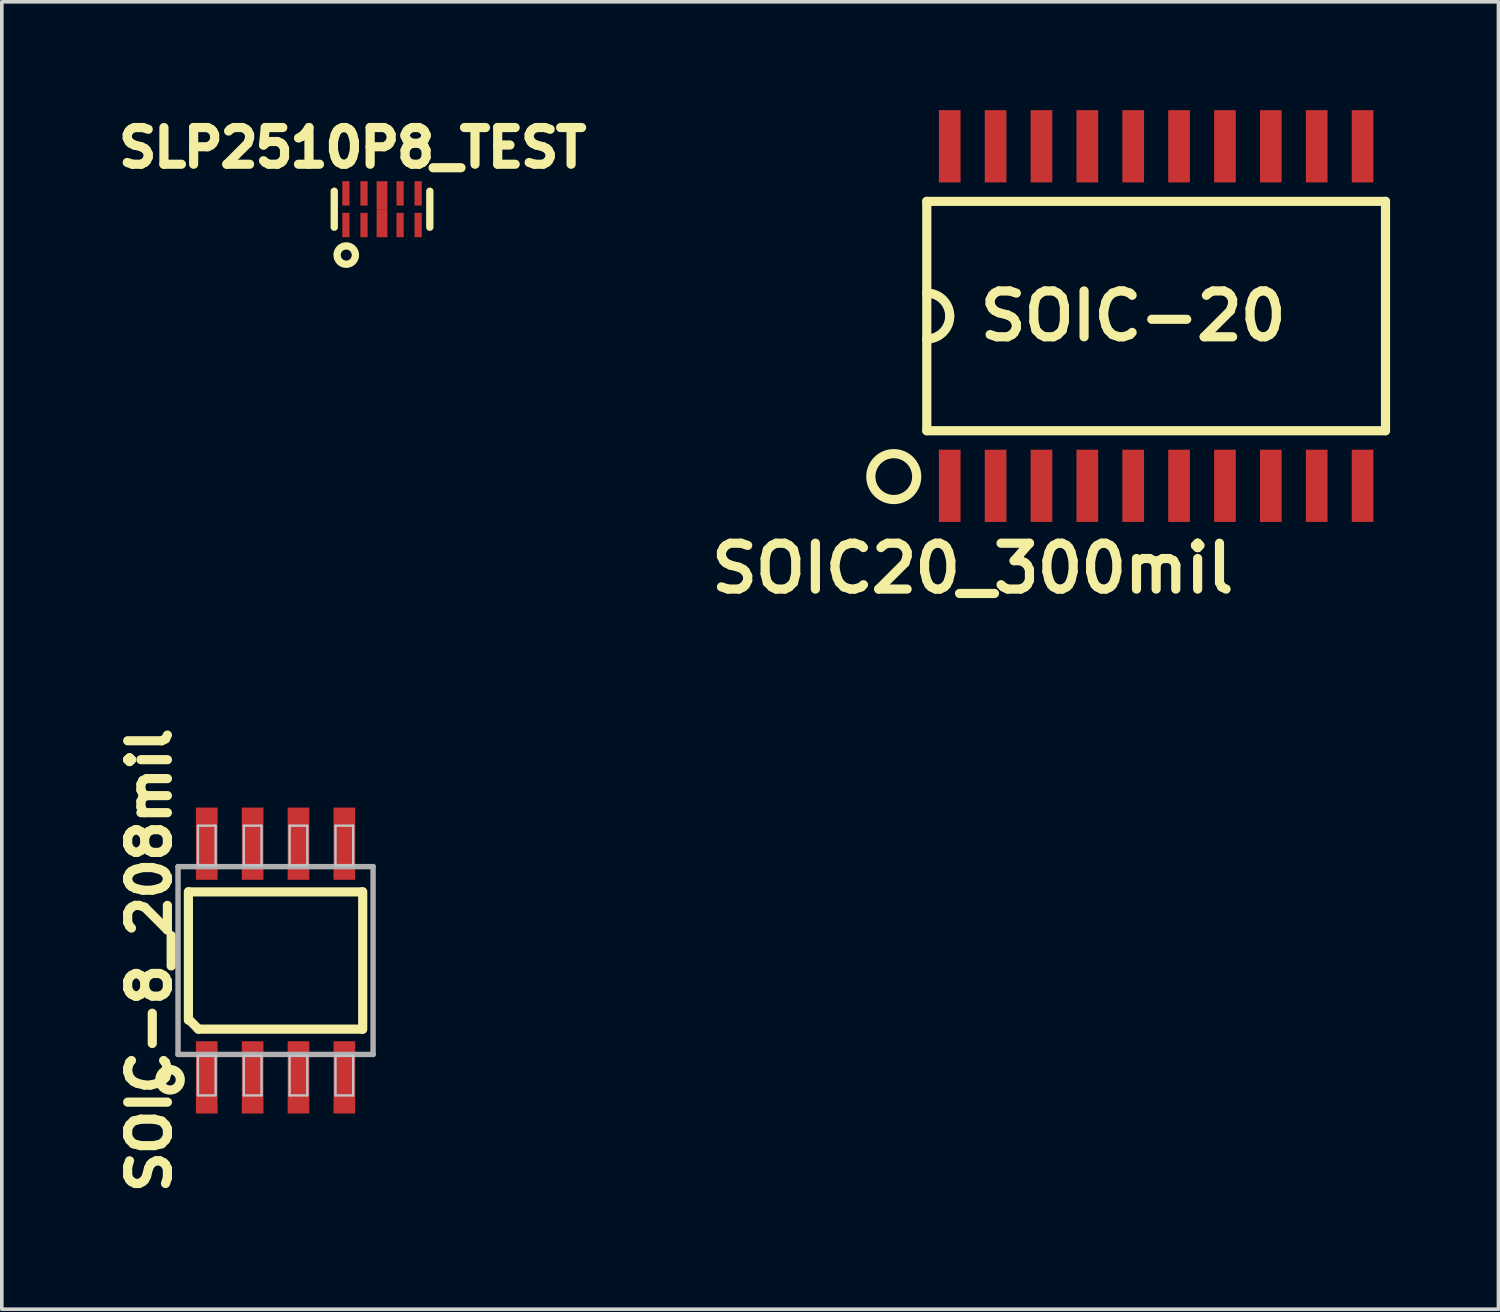
<source format=kicad_pcb>
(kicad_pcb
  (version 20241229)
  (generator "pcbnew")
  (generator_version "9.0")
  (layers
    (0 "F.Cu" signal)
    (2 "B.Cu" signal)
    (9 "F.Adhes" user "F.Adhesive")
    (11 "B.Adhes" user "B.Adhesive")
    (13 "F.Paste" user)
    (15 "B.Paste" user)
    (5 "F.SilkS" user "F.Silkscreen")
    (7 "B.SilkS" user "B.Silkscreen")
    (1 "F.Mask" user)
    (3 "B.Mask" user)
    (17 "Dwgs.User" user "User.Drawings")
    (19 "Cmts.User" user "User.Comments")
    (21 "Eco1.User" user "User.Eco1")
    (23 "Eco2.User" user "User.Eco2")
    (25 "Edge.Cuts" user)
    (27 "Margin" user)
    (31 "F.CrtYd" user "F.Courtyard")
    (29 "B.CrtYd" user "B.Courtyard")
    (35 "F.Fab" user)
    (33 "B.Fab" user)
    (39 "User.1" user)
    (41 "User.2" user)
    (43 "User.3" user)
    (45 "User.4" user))
  (footprint "SOIC-8_208mil"
    (layer "F.Cu")
    (at 4.579 23.543)
    (property "Reference" "SOIC-8_208mil" (at -3.49 -0.008 90) (layer "F.SilkS") (effects (font (size 1.1 1.1) (thickness 0.254))))
    (attr smd)
    (fp_line (start -2.413 -1.905) (end -2.413 1.651) (stroke (width 0.254) (type solid)) (layer "F.SilkS"))
    (fp_line (start -2.398 -1.9) (end 2.398 -1.9) (stroke (width 0.254) (type solid)) (layer "F.SilkS"))
    (fp_line (start -2.134 1.9) (end -2.398 1.633) (stroke (width 0.254) (type solid)) (layer "F.SilkS"))
    (fp_line (start 2.398 1.9) (end -2.134 1.9) (stroke (width 0.254) (type solid)) (layer "F.SilkS"))
    (fp_line (start 2.413 -1.905) (end 2.413 1.905) (stroke (width 0.254) (type solid)) (layer "F.SilkS"))
    (fp_circle (center -2.921 3.302) (end -3.175 3.429) (stroke (width 0.254) (type solid)) (fill no) (layer "F.SilkS"))
    (fp_line (start -2.149 -3.734) (end -1.659 -3.734) (stroke (width 0.066) (type solid)) (layer "Dwgs.User"))
    (fp_line (start -2.149 -2.634) (end -2.149 -3.734) (stroke (width 0.066) (type solid)) (layer "Dwgs.User"))
    (fp_line (start -2.149 -2.634) (end -1.659 -2.634) (stroke (width 0.066) (type solid)) (layer "Dwgs.User"))
    (fp_line (start -2.149 2.634) (end -1.659 2.634) (stroke (width 0.066) (type solid)) (layer "Dwgs.User"))
    (fp_line (start -2.149 3.734) (end -2.149 2.634) (stroke (width 0.066) (type solid)) (layer "Dwgs.User"))
    (fp_line (start -2.149 3.734) (end -1.659 3.734) (stroke (width 0.066) (type solid)) (layer "Dwgs.User"))
    (fp_line (start -1.659 -2.634) (end -1.659 -3.734) (stroke (width 0.066) (type solid)) (layer "Dwgs.User"))
    (fp_line (start -1.659 3.734) (end -1.659 2.634) (stroke (width 0.066) (type solid)) (layer "Dwgs.User"))
    (fp_line (start -0.879 -3.734) (end -0.389 -3.734) (stroke (width 0.066) (type solid)) (layer "Dwgs.User"))
    (fp_line (start -0.879 -2.634) (end -0.879 -3.734) (stroke (width 0.066) (type solid)) (layer "Dwgs.User"))
    (fp_line (start -0.879 -2.634) (end -0.389 -2.634) (stroke (width 0.066) (type solid)) (layer "Dwgs.User"))
    (fp_line (start -0.879 2.634) (end -0.389 2.634) (stroke (width 0.066) (type solid)) (layer "Dwgs.User"))
    (fp_line (start -0.879 3.734) (end -0.879 2.634) (stroke (width 0.066) (type solid)) (layer "Dwgs.User"))
    (fp_line (start -0.879 3.734) (end -0.389 3.734) (stroke (width 0.066) (type solid)) (layer "Dwgs.User"))
    (fp_line (start -0.389 -2.634) (end -0.389 -3.734) (stroke (width 0.066) (type solid)) (layer "Dwgs.User"))
    (fp_line (start -0.389 3.734) (end -0.389 2.634) (stroke (width 0.066) (type solid)) (layer "Dwgs.User"))
    (fp_line (start 0.389 -3.734) (end 0.879 -3.734) (stroke (width 0.066) (type solid)) (layer "Dwgs.User"))
    (fp_line (start 0.389 -2.634) (end 0.389 -3.734) (stroke (width 0.066) (type solid)) (layer "Dwgs.User"))
    (fp_line (start 0.389 -2.634) (end 0.879 -2.634) (stroke (width 0.066) (type solid)) (layer "Dwgs.User"))
    (fp_line (start 0.389 2.634) (end 0.879 2.634) (stroke (width 0.066) (type solid)) (layer "Dwgs.User"))
    (fp_line (start 0.389 3.734) (end 0.389 2.634) (stroke (width 0.066) (type solid)) (layer "Dwgs.User"))
    (fp_line (start 0.389 3.734) (end 0.879 3.734) (stroke (width 0.066) (type solid)) (layer "Dwgs.User"))
    (fp_line (start 0.879 -2.634) (end 0.879 -3.734) (stroke (width 0.066) (type solid)) (layer "Dwgs.User"))
    (fp_line (start 0.879 3.734) (end 0.879 2.634) (stroke (width 0.066) (type solid)) (layer "Dwgs.User"))
    (fp_line (start 1.659 -3.734) (end 2.149 -3.734) (stroke (width 0.066) (type solid)) (layer "Dwgs.User"))
    (fp_line (start 1.659 -2.634) (end 1.659 -3.734) (stroke (width 0.066) (type solid)) (layer "Dwgs.User"))
    (fp_line (start 1.659 -2.634) (end 2.149 -2.634) (stroke (width 0.066) (type solid)) (layer "Dwgs.User"))
    (fp_line (start 1.659 2.634) (end 2.149 2.634) (stroke (width 0.066) (type solid)) (layer "Dwgs.User"))
    (fp_line (start 1.659 3.734) (end 1.659 2.634) (stroke (width 0.066) (type solid)) (layer "Dwgs.User"))
    (fp_line (start 1.659 3.734) (end 2.149 3.734) (stroke (width 0.066) (type solid)) (layer "Dwgs.User"))
    (fp_line (start 2.149 -2.634) (end 2.149 -3.734) (stroke (width 0.066) (type solid)) (layer "Dwgs.User"))
    (fp_line (start 2.149 3.734) (end 2.149 2.634) (stroke (width 0.066) (type solid)) (layer "Dwgs.User"))
    (fp_line (start -2.7 -2.6) (end 2.7 -2.6) (stroke (width 0.15) (type solid)) (layer "F.Fab"))
    (fp_line (start -2.7 2.6) (end -2.7 -2.6) (stroke (width 0.15) (type solid)) (layer "F.Fab"))
    (fp_line (start 2.7 -2.6) (end 2.7 2.6) (stroke (width 0.15) (type solid)) (layer "F.Fab"))
    (fp_line (start 2.7 2.6) (end -2.7 2.6) (stroke (width 0.15) (type solid)) (layer "F.Fab"))
    (pad "1" smd rect (at -1.905 3.235) (size 0.6 2) (layers "F.Cu" "F.Mask" "F.Paste"))
    (pad "2" smd rect (at -0.635 3.235) (size 0.6 2) (layers "F.Cu" "F.Mask" "F.Paste"))
    (pad "3" smd rect (at 0.635 3.235) (size 0.6 2) (layers "F.Cu" "F.Mask" "F.Paste"))
    (pad "4" smd rect (at 1.905 3.235) (size 0.6 2) (layers "F.Cu" "F.Mask" "F.Paste"))
    (pad "5" smd rect (at 1.905 -3.235) (size 0.6 2) (layers "F.Cu" "F.Mask" "F.Paste"))
    (pad "6" smd rect (at 0.635 -3.235) (size 0.6 2) (layers "F.Cu" "F.Mask" "F.Paste"))
    (pad "7" smd rect (at -0.635 -3.235) (size 0.6 2) (layers "F.Cu" "F.Mask" "F.Paste"))
    (pad "8" smd rect (at -1.905 -3.235) (size 0.6 2) (layers "F.Cu" "F.Mask" "F.Paste")))
  (footprint "SOIC20_300mil"
    (layer "F.Cu")
    (at 28.959 5.7)
    (property "Reference" "SOIC20_300mil" (at -5.08 6.985 0) (layer "F.SilkS") (effects (font (size 1.27 1.27) (thickness 0.254))))
    (attr smd)
    (fp_line (start -6.35 -3.175) (end 6.35 -3.175) (stroke (width 0.254) (type solid)) (layer "F.SilkS"))
    (fp_line (start -6.35 3.175) (end -6.35 -3.175) (stroke (width 0.254) (type solid)) (layer "F.SilkS"))
    (fp_line (start 6.35 -3.175) (end 6.35 3.175) (stroke (width 0.254) (type solid)) (layer "F.SilkS"))
    (fp_line (start 6.35 3.175) (end -6.35 3.175) (stroke (width 0.254) (type solid)) (layer "F.SilkS"))
    (fp_arc (start -6.35 -0.635) (mid -5.900987 -0.449013) (end -5.715 0) (stroke (width 0.254) (type solid)) (layer "F.SilkS"))
    (fp_arc (start -5.715 0) (mid -5.900987 0.449013) (end -6.35 0.635) (stroke (width 0.254) (type solid)) (layer "F.SilkS"))
    (fp_circle (center -7.264 4.445) (end -7.264 3.81) (stroke (width 0.254) (type solid)) (fill no) (layer "F.SilkS"))
    (fp_text user "SOIC-20" (at -0.635 0 0) (layer "F.SilkS") (effects (font (size 1.27 1.27) (thickness 0.254))))
    (pad "1" smd rect (at -5.715 4.7 90) (size 2 0.6) (layers "F.Cu" "F.Mask" "F.Paste"))
    (pad "2" smd rect (at -4.445 4.7 90) (size 2 0.6) (layers "F.Cu" "F.Mask" "F.Paste"))
    (pad "3" smd rect (at -3.175 4.7 90) (size 2 0.6) (layers "F.Cu" "F.Mask" "F.Paste"))
    (pad "4" smd rect (at -1.905 4.7 90) (size 2 0.6) (layers "F.Cu" "F.Mask" "F.Paste"))
    (pad "5" smd rect (at -0.635 4.7 90) (size 2 0.6) (layers "F.Cu" "F.Mask" "F.Paste"))
    (pad "6" smd rect (at 0.635 4.7 90) (size 2 0.6) (layers "F.Cu" "F.Mask" "F.Paste"))
    (pad "7" smd rect (at 1.905 4.7 90) (size 2 0.6) (layers "F.Cu" "F.Mask" "F.Paste"))
    (pad "8" smd rect (at 3.175 4.7 90) (size 2 0.6) (layers "F.Cu" "F.Mask" "F.Paste"))
    (pad "9" smd rect (at 4.445 4.7 90) (size 2 0.6) (layers "F.Cu" "F.Mask" "F.Paste"))
    (pad "10" smd rect (at 5.715 4.7 90) (size 2 0.6) (layers "F.Cu" "F.Mask" "F.Paste"))
    (pad "11" smd rect (at 5.715 -4.7 90) (size 2 0.6) (layers "F.Cu" "F.Mask" "F.Paste"))
    (pad "12" smd rect (at 4.445 -4.7 90) (size 2 0.6) (layers "F.Cu" "F.Mask" "F.Paste"))
    (pad "13" smd rect (at 3.175 -4.7 90) (size 2 0.6) (layers "F.Cu" "F.Mask" "F.Paste"))
    (pad "14" smd rect (at 1.905 -4.7 90) (size 2 0.6) (layers "F.Cu" "F.Mask" "F.Paste"))
    (pad "15" smd rect (at 0.635 -4.7 90) (size 2 0.6) (layers "F.Cu" "F.Mask" "F.Paste"))
    (pad "16" smd rect (at -0.635 -4.7 90) (size 2 0.6) (layers "F.Cu" "F.Mask" "F.Paste"))
    (pad "17" smd rect (at -1.905 -4.7 90) (size 2 0.6) (layers "F.Cu" "F.Mask" "F.Paste"))
    (pad "18" smd rect (at -3.175 -4.7 90) (size 2 0.6) (layers "F.Cu" "F.Mask" "F.Paste"))
    (pad "19" smd rect (at -4.445 -4.7 90) (size 2 0.6) (layers "F.Cu" "F.Mask" "F.Paste"))
    (pad "20" smd rect (at -5.715 -4.7 90) (size 2 0.6) (layers "F.Cu" "F.Mask" "F.Paste")))
  (footprint "SLP2510P8_TEST"
    (layer "F.Cu")
    (at 7.527 2.742)
    (property "Reference" "SLP2510P8_TEST" (at -0.813 -1.702 0) (layer "F.SilkS") (effects (font (size 1.016 1.016) (thickness 0.254))))
    (attr smd)
    (fp_line (start -1.323 0.498) (end -1.323 -0.498) (stroke (width 0.203) (type solid)) (layer "F.SilkS"))
    (fp_line (start 1.323 0.498) (end 1.323 -0.498) (stroke (width 0.203) (type solid)) (layer "F.SilkS"))
    (fp_circle (center -0.991 1.27) (end -0.737 1.27) (stroke (width 0.203) (type solid)) (fill no) (layer "F.SilkS"))
    (pad "1" smd rect (at -1 0.438) (size 0.2 0.675) (layers "F.Cu" "F.Mask" "F.Paste"))
    (pad "2" smd rect (at -0.5 0.438) (size 0.2 0.675) (layers "F.Cu" "F.Mask" "F.Paste"))
    (pad "3" smd rect (at 0 0.388) (size 0.3 0.775) (layers "F.Cu" "F.Mask" "F.Paste"))
    (pad "4" smd rect (at 0.5 0.438) (size 0.2 0.675) (layers "F.Cu" "F.Mask" "F.Paste"))
    (pad "5" smd rect (at 1 0.438) (size 0.2 0.675) (layers "F.Cu" "F.Mask" "F.Paste"))
    (pad "6" smd rect (at 1 -0.438) (size 0.2 0.675) (layers "F.Cu" "F.Mask" "F.Paste"))
    (pad "7" smd rect (at 0.5 -0.438) (size 0.2 0.675) (layers "F.Cu" "F.Mask" "F.Paste"))
    (pad "8" smd rect (at 0 -0.388) (size 0.3 0.775) (layers "F.Cu" "F.Mask" "F.Paste"))
    (pad "9" smd rect (at -0.5 -0.438) (size 0.2 0.675) (layers "F.Cu" "F.Mask" "F.Paste"))
    (pad "10" smd rect (at -1 -0.438) (size 0.2 0.675) (layers "F.Cu" "F.Mask" "F.Paste")))
  (gr_rect
    (start -3 -3)
    (end 38.436 33.197)
    (stroke (width 0.1) (type default))
    (fill no)
    (layer "Edge.Cuts")))
</source>
